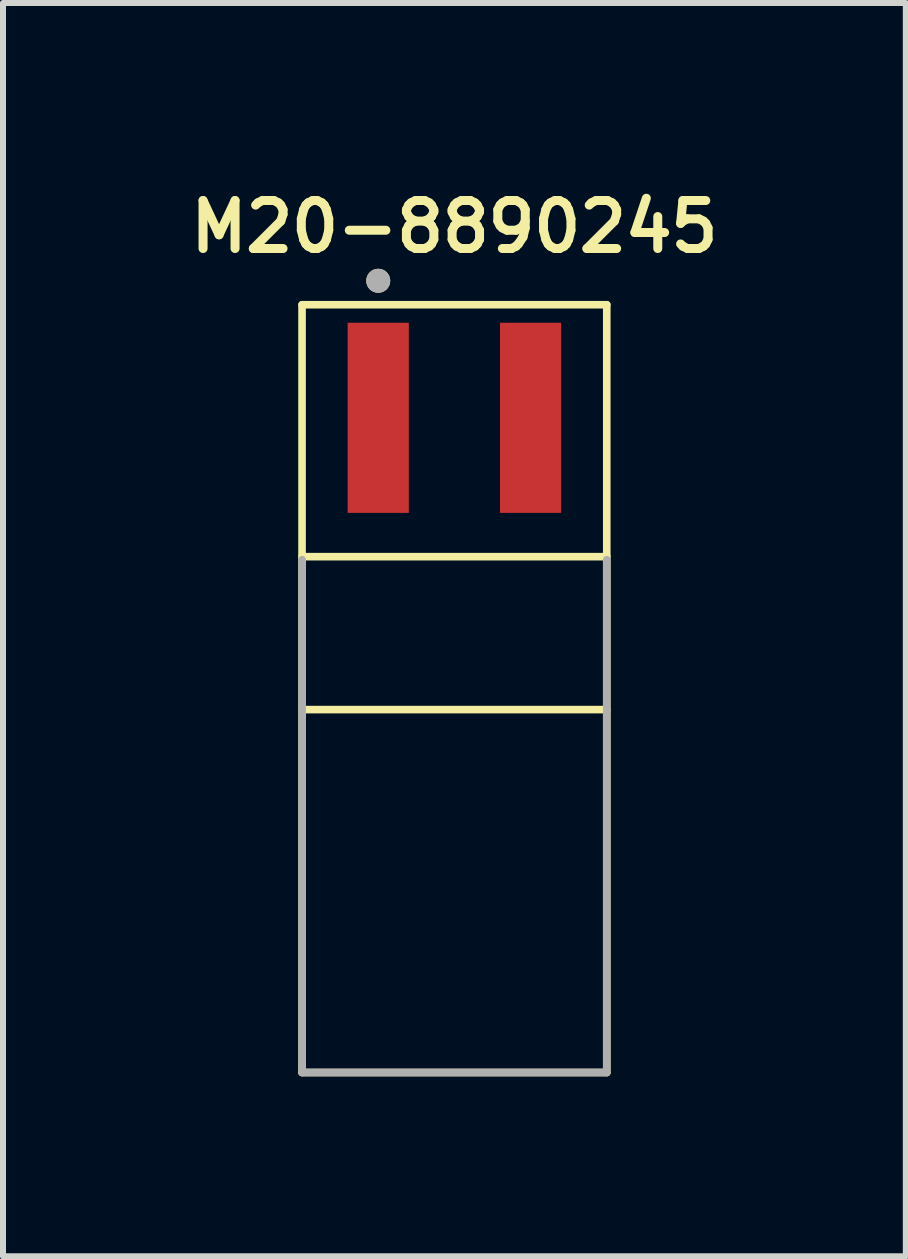
<source format=kicad_pcb>
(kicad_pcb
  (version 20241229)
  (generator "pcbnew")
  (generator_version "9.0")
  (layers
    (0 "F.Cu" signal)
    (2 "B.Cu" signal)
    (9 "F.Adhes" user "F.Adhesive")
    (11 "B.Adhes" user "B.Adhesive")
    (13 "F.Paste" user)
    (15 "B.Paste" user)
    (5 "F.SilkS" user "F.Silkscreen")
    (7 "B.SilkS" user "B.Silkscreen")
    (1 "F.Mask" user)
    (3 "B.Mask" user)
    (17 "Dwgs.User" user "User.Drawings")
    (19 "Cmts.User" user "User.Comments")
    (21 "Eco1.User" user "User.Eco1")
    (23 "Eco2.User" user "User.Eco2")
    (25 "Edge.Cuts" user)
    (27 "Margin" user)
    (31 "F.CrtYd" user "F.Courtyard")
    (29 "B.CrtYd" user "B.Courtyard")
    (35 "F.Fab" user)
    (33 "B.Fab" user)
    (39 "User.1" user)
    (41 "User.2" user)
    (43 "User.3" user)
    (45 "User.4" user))
  (footprint "M20-8890245"
    (layer "F.Cu")
    (at 4.526 7.531)
    (property "Reference" "M20-8890245" (at 0 -6.8 0) (layer "F.SilkS") (effects (font (size 0.8 0.8) (thickness 0.15))))
    (attr smd)
    (fp_line (start -2.54 -5.5) (end 2.54 -5.5) (stroke (width 0.127) (type solid)) (layer "F.SilkS"))
    (fp_line (start -2.54 -1.3) (end 2.54 -1.3) (stroke (width 0.127) (type solid)) (layer "F.SilkS"))
    (fp_line (start -2.54 7.3) (end -2.54 -5.5) (stroke (width 0.127) (type solid)) (layer "F.SilkS"))
    (fp_line (start 2.54 -5.5) (end 2.54 7.3) (stroke (width 0.127) (type solid)) (layer "F.SilkS"))
    (fp_line (start 2.54 1.25) (end -2.54 1.25) (stroke (width 0.127) (type solid)) (layer "F.SilkS"))
    (fp_line (start 2.54 7.3) (end -2.54 7.3) (stroke (width 0.127) (type solid)) (layer "F.SilkS"))
    (fp_circle (center -1.27 -5.9) (end -1.17 -5.9) (stroke (width 0.2) (type solid)) (fill no) (layer "F.SilkS"))
    (fp_line (start -2.54 1.25) (end -2.54 -1.25) (stroke (width 0.127) (type solid)) (layer "F.Fab"))
    (fp_line (start -2.54 7.25) (end -2.54 1.25) (stroke (width 0.127) (type solid)) (layer "F.Fab"))
    (fp_line (start 2.54 -1.25) (end 2.54 1.25) (stroke (width 0.127) (type solid)) (layer "F.Fab"))
    (fp_line (start 2.54 1.25) (end 2.54 7.25) (stroke (width 0.127) (type solid)) (layer "F.Fab"))
    (fp_line (start 2.54 7.3) (end -2.54 7.3) (stroke (width 0.127) (type solid)) (layer "F.Fab"))
    (fp_circle (center -1.27 -5.9) (end -1.17 -5.9) (stroke (width 0.2) (type solid)) (fill no) (layer "F.Fab"))
    (pad "1" smd rect (at 1.27 -3.615) (size 1.02 3.17) (layers "F.Cu" "F.Mask" "F.Paste"))
    (pad "2" smd rect (at -1.27 -3.615) (size 1.02 3.17) (layers "F.Cu" "F.Mask" "F.Paste")))
  (gr_rect
    (start -3 -3)
    (end 12.052 17.895)
    (stroke (width 0.1) (type default))
    (fill no)
    (layer "Edge.Cuts")))
</source>
